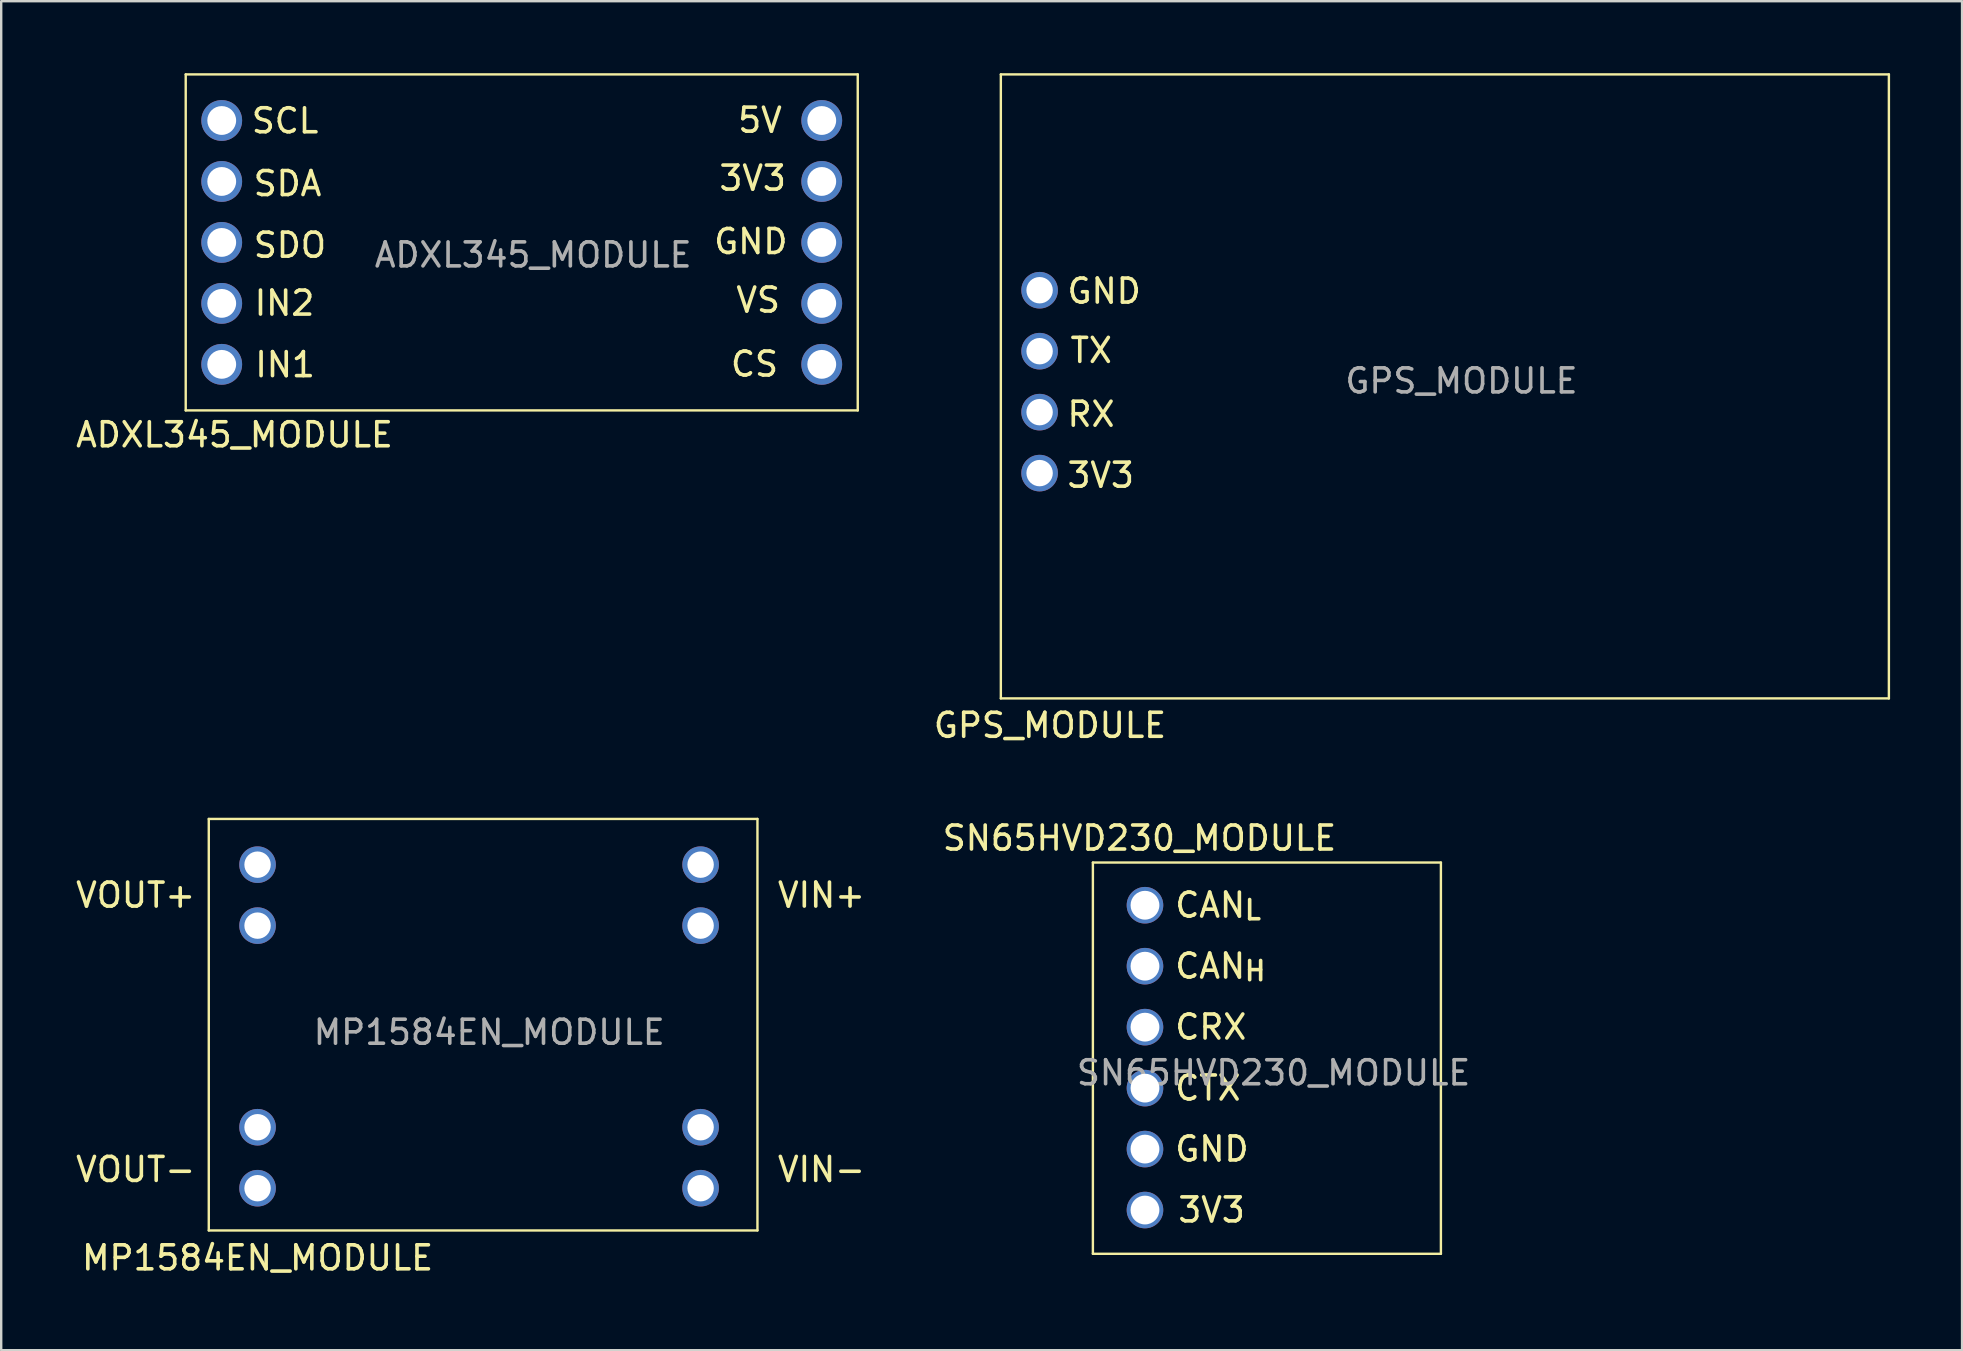
<source format=kicad_pcb>
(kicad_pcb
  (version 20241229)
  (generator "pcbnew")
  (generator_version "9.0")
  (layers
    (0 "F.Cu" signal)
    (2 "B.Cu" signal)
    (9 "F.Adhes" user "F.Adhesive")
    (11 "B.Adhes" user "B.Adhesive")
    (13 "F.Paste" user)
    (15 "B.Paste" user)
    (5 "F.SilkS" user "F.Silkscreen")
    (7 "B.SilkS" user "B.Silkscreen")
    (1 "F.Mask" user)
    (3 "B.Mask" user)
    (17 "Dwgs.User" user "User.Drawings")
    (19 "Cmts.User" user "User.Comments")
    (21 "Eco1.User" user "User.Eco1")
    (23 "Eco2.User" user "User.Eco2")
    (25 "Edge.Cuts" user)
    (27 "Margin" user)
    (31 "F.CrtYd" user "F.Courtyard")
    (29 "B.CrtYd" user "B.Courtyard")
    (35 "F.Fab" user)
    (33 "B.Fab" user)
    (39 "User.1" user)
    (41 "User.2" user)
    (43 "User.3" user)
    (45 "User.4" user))
  (footprint "SN65HVD230_MODULE"
    (layer "F.Cu")
    (at 49.887 41.648)
    (property "Reference" "SN65HVD230_MODULE" (at -5.461 -9.779 0) (unlocked yes) (layer "F.SilkS") (effects (font (size 1 1) (thickness 0.15))))
    (attr through_hole)
    (fp_line (start -7.402 -8.76) (end -7.402 7.54) (stroke (width 0.1) (type default)) (layer "F.SilkS"))
    (fp_line (start -7.402 7.54) (end 7.098 7.54) (stroke (width 0.1) (type default)) (layer "F.SilkS"))
    (fp_line (start 7.098 -8.76) (end -7.402 -8.76) (stroke (width 0.1) (type default)) (layer "F.SilkS"))
    (fp_line (start 7.098 7.54) (end 7.098 -8.76) (stroke (width 0.1) (type default)) (layer "F.SilkS"))
    (fp_text user "CAN_{H}" (at -4.064 -4.445 0) (unlocked yes) (layer "F.SilkS") (effects (font (size 1 1) (thickness 0.15)) (justify left)))
    (fp_text user "3V3" (at -3.937 5.715 0) (unlocked yes) (layer "F.SilkS") (effects (font (size 1 1) (thickness 0.15)) (justify left)))
    (fp_text user "CTX" (at -4.064 0.635 0) (unlocked yes) (layer "F.SilkS") (effects (font (size 1 1) (thickness 0.15)) (justify left)))
    (fp_text user "GND" (at -4.064 3.175 0) (unlocked yes) (layer "F.SilkS") (effects (font (size 1 1) (thickness 0.15)) (justify left)))
    (fp_text user "CAN_{L}" (at -4.064 -6.985 0) (unlocked yes) (layer "F.SilkS") (effects (font (size 1 1) (thickness 0.15)) (justify left)))
    (fp_text user "CRX" (at -4.064 -1.905 0) (unlocked yes) (layer "F.SilkS") (effects (font (size 1 1) (thickness 0.15)) (justify left)))
    (fp_text user "${REFERENCE}" (at 0.127 0 0) (unlocked yes) (layer "F.Fab") (effects (font (size 1 1) (thickness 0.15))))
    (pad "1" thru_hole circle (at -5.232 5.718) (size 1.524 1.524) (drill 1.2) (layers "*.Cu" "*.Mask"))
    (pad "2" thru_hole circle (at -5.232 3.178) (size 1.524 1.524) (drill 1.2) (layers "*.Cu" "*.Mask"))
    (pad "3" thru_hole circle (at -5.232 0.638) (size 1.524 1.524) (drill 1.2) (layers "*.Cu" "*.Mask"))
    (pad "4" thru_hole circle (at -5.232 -1.902) (size 1.524 1.524) (drill 1.2) (layers "*.Cu" "*.Mask"))
    (pad "5" thru_hole circle (at -5.232 -4.442) (size 1.524 1.524) (drill 1.2) (layers "*.Cu" "*.Mask"))
    (pad "6" thru_hole circle (at -5.232 -6.982) (size 1.524 1.524) (drill 1.2) (layers "*.Cu" "*.Mask")))
  (footprint "ADXL345_MODULE"
    (layer "F.Cu")
    (at 19.166 7.573)
    (property "Reference" "ADXL345_MODULE" (at -12.446 7.493 0) (unlocked yes) (layer "F.SilkS") (effects (font (size 1 1) (thickness 0.15))))
    (attr through_hole)
    (fp_line (start -14.478 -7.523) (end -14.478 6.477) (stroke (width 0.1) (type default)) (layer "F.SilkS"))
    (fp_line (start -14.478 6.477) (end 13.522 6.477) (stroke (width 0.1) (type default)) (layer "F.SilkS"))
    (fp_line (start 13.522 -7.523) (end -14.478 -7.523) (stroke (width 0.1) (type default)) (layer "F.SilkS"))
    (fp_line (start 13.522 6.477) (end 13.522 -7.523) (stroke (width 0.1) (type default)) (layer "F.SilkS"))
    (fp_text user "IN2" (at -10.363 2.007 0) (unlocked yes) (layer "F.SilkS") (effects (font (size 1 1) (thickness 0.15))))
    (fp_text user "SDA" (at -10.236 -2.972 0) (unlocked yes) (layer "F.SilkS") (effects (font (size 1 1) (thickness 0.15))))
    (fp_text user "SDO" (at -10.135 -0.406 0) (unlocked yes) (layer "F.SilkS") (effects (font (size 1 1) (thickness 0.15))))
    (fp_text user "SCL" (at -10.338 -5.588 0) (unlocked yes) (layer "F.SilkS") (effects (font (size 1 1) (thickness 0.15))))
    (fp_text user "3V3" (at 9.144 -3.2 0) (unlocked yes) (layer "F.SilkS") (effects (font (size 1 1) (thickness 0.15))))
    (fp_text user "CS" (at 9.22 4.547 0) (unlocked yes) (layer "F.SilkS") (effects (font (size 1 1) (thickness 0.15))))
    (fp_text user "5V" (at 9.449 -5.613 0) (unlocked yes) (layer "F.SilkS") (effects (font (size 1 1) (thickness 0.15))))
    (fp_text user "IN1" (at -10.338 4.572 0) (unlocked yes) (layer "F.SilkS") (effects (font (size 1 1) (thickness 0.15))))
    (fp_text user "VS" (at 9.373 1.88 0) (unlocked yes) (layer "F.SilkS") (effects (font (size 1 1) (thickness 0.15))))
    (fp_text user "GND" (at 9.068 -0.559 0) (unlocked yes) (layer "F.SilkS") (effects (font (size 1 1) (thickness 0.15))))
    (fp_text user "${REFERENCE}" (at 0 0 0) (unlocked yes) (layer "F.Fab") (effects (font (size 1 1) (thickness 0.15))))
    (pad "1" thru_hole circle (at 12.022 -3.063) (size 1.7 1.7) (drill 1.2) (layers "*.Cu" "*.Mask" "Eco2.User"))
    (pad "2" thru_hole circle (at 12.022 -0.523) (size 1.7 1.7) (drill 1.2) (layers "*.Cu" "*.Mask" "Eco2.User"))
    (pad "6" thru_hole circle (at 12.022 2.017) (size 1.7 1.7) (drill 1.2) (layers "*.Cu" "*.Mask" "Eco2.User"))
    (pad "7" thru_hole circle (at 12.022 4.557) (size 1.7 1.7) (drill 1.2) (layers "*.Cu" "*.Mask" "Eco2.User"))
    (pad "8" thru_hole circle (at -12.978 4.557) (size 1.7 1.7) (drill 1.2) (layers "*.Cu" "*.Mask" "Eco2.User"))
    (pad "9" thru_hole circle (at -12.978 2.017) (size 1.7 1.7) (drill 1.2) (layers "*.Cu" "*.Mask" "Eco2.User"))
    (pad "12" thru_hole circle (at -12.978 -0.523) (size 1.7 1.7) (drill 1.2) (layers "*.Cu" "*.Mask" "Eco2.User"))
    (pad "13" thru_hole circle (at -12.978 -3.063) (size 1.7 1.7) (drill 1.2) (layers "*.Cu" "*.Mask" "Eco2.User"))
    (pad "14" thru_hole circle (at -12.978 -5.603) (size 1.7 1.7) (drill 1.2) (layers "*.Cu" "*.Mask" "Eco2.User"))
    (pad "22" thru_hole circle (at 12.022 -5.603) (size 1.7 1.7) (drill 1.2) (layers "*.Cu" "*.Mask" "Eco2.User")))
  (footprint "GPS_MODULE"
    (layer "F.Cu")
    (at 57.969 12.821)
    (property "Reference" "GPS_MODULE" (at -17.272 14.351 0) (unlocked yes) (layer "F.SilkS") (effects (font (size 1 1) (thickness 0.15))))
    (attr through_hole)
    (fp_line (start -19.319 -12.771) (end -19.319 13.229) (stroke (width 0.1) (type default)) (layer "F.SilkS"))
    (fp_line (start -19.319 13.229) (end 17.681 13.229) (stroke (width 0.1) (type default)) (layer "F.SilkS"))
    (fp_line (start 17.681 -12.771) (end -19.319 -12.771) (stroke (width 0.1) (type default)) (layer "F.SilkS"))
    (fp_line (start 17.681 13.229) (end 17.681 -12.771) (stroke (width 0.1) (type default)) (layer "F.SilkS"))
    (fp_text user "GND" (at -16.637 -3.741 0) (unlocked yes) (layer "F.SilkS") (effects (font (size 1 1) (thickness 0.15)) (justify left)))
    (fp_text user "3V3" (at -16.637 3.929 0) (unlocked yes) (layer "F.SilkS") (effects (font (size 1 1) (thickness 0.15)) (justify left)))
    (fp_text user "TX" (at -16.51 -1.27 0) (unlocked yes) (layer "F.SilkS") (effects (font (size 1 1) (thickness 0.15)) (justify left)))
    (fp_text user "RX" (at -16.637 1.389 0) (unlocked yes) (layer "F.SilkS") (effects (font (size 1 1) (thickness 0.15)) (justify left)))
    (fp_text user "${REFERENCE}" (at -0.127 0 0) (unlocked yes) (layer "F.Fab") (effects (font (size 1 1) (thickness 0.15))))
    (pad "1" thru_hole circle (at -17.704 3.841) (size 1.524 1.524) (drill 1.1) (layers "*.Cu" "*.Mask"))
    (pad "2" thru_hole circle (at -17.704 1.301) (size 1.524 1.524) (drill 1.1) (layers "*.Cu" "*.Mask"))
    (pad "3" thru_hole circle (at -17.704 -1.239) (size 1.524 1.524) (drill 1.1) (layers "*.Cu" "*.Mask"))
    (pad "4" thru_hole circle (at -17.704 -3.779) (size 1.524 1.524) (drill 1.1) (layers "*.Cu" "*.Mask")))
  (footprint "MP1584EN_MODULE"
    (layer "F.Cu")
    (at 17.46 39.961)
    (property "Reference" "MP1584EN_MODULE" (at -9.779 9.398 0) (unlocked yes) (layer "F.SilkS") (effects (font (size 1 1) (thickness 0.15))))
    (attr through_hole)
    (fp_line (start -11.811 -8.89) (end -11.811 8.255) (stroke (width 0.1) (type default)) (layer "F.SilkS"))
    (fp_line (start -11.811 8.255) (end 11.049 8.255) (stroke (width 0.1) (type default)) (layer "F.SilkS"))
    (fp_line (start 11.049 -8.89) (end -11.811 -8.89) (stroke (width 0.1) (type default)) (layer "F.SilkS"))
    (fp_line (start 11.049 8.255) (end 11.049 -8.89) (stroke (width 0.1) (type default)) (layer "F.SilkS"))
    (fp_text user "VIN-" (at 13.716 5.715 0) (unlocked yes) (layer "F.SilkS") (effects (font (size 1 1) (thickness 0.15))))
    (fp_text user "VOUT+" (at -14.859 -5.715 0) (unlocked yes) (layer "F.SilkS") (effects (font (size 1 1) (thickness 0.15))))
    (fp_text user "VOUT-" (at -14.859 5.715 0) (unlocked yes) (layer "F.SilkS") (effects (font (size 1 1) (thickness 0.15))))
    (fp_text user "VIN+" (at 13.716 -5.715 0) (unlocked yes) (layer "F.SilkS") (effects (font (size 1 1) (thickness 0.15))))
    (fp_text user "${REFERENCE}" (at -0.127 0 0) (unlocked yes) (layer "F.Fab") (effects (font (size 1 1) (thickness 0.15))))
    (pad "1" thru_hole circle (at 8.681 -6.985) (size 1.524 1.524) (drill 1.1) (layers "*.Cu" "*.Mask"))
    (pad "1" thru_hole circle (at 8.681 -4.445) (size 1.524 1.524) (drill 1.1) (layers "*.Cu" "*.Mask"))
    (pad "2" thru_hole circle (at 8.681 3.955) (size 1.524 1.524) (drill 1.1) (layers "*.Cu" "*.Mask"))
    (pad "2" thru_hole circle (at 8.681 6.495) (size 1.524 1.524) (drill 1.1) (layers "*.Cu" "*.Mask"))
    (pad "3" thru_hole circle (at -9.779 -6.985) (size 1.524 1.524) (drill 1.1) (layers "*.Cu" "*.Mask"))
    (pad "3" thru_hole circle (at -9.779 -4.445) (size 1.524 1.524) (drill 1.1) (layers "*.Cu" "*.Mask"))
    (pad "4" thru_hole circle (at -9.779 3.955) (size 1.524 1.524) (drill 1.1) (layers "*.Cu" "*.Mask"))
    (pad "4" thru_hole circle (at -9.779 6.495) (size 1.524 1.524) (drill 1.1) (layers "*.Cu" "*.Mask")))
  (gr_rect
    (start -3 -3)
    (end 78.699 53.207)
    (stroke (width 0.1) (type default))
    (fill no)
    (layer "Edge.Cuts")))
</source>
